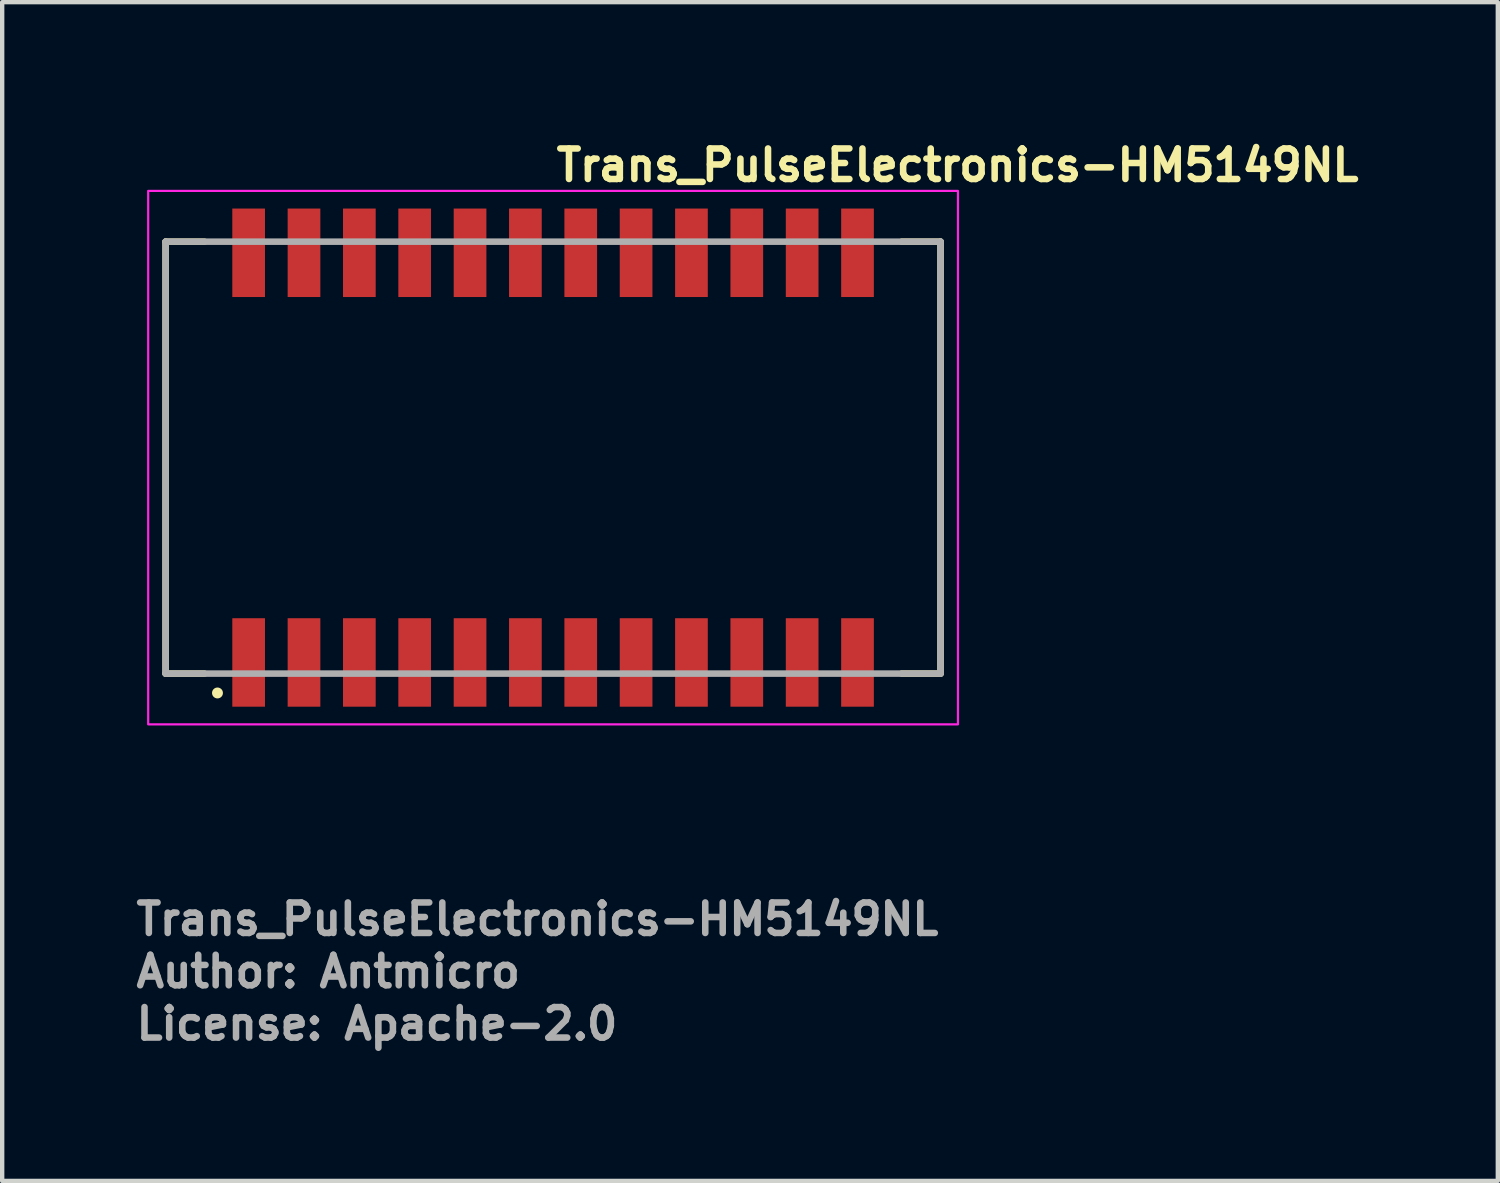
<source format=kicad_pcb>
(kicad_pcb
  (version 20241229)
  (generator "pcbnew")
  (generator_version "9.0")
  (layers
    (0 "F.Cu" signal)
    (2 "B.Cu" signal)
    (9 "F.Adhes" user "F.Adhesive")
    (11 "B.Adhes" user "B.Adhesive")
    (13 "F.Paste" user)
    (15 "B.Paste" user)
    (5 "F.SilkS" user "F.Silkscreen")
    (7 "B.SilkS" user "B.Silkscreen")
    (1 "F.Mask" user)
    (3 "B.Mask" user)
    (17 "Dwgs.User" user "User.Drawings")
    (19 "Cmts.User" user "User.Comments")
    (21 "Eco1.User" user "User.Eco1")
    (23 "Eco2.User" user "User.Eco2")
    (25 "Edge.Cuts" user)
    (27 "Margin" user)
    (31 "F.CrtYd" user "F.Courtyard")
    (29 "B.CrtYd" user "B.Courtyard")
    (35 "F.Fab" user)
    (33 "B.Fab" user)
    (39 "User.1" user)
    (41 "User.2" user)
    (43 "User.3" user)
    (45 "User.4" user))
  (footprint "Trans_PulseElectronics-HM5149NL"
    (layer "F.Cu")
    (at 9.64 7.45)
    (property "Reference" "Trans_PulseElectronics-HM5149NL" (at 0 -6.3 0) (layer "F.SilkS") (effects (font (size 0.7 0.7) (thickness 0.15)) (justify left bottom)))
    (attr smd)
    (fp_line (start -8.89 -4.955) (end -8 -4.955) (stroke (width 0.15) (type solid)) (layer "F.SilkS"))
    (fp_line (start -8.89 4.955) (end -8.89 -4.955) (stroke (width 0.15) (type solid)) (layer "F.SilkS"))
    (fp_line (start -8 4.955) (end -8.89 4.955) (stroke (width 0.15) (type solid)) (layer "F.SilkS"))
    (fp_line (start 8 -4.955) (end 8.89 -4.955) (stroke (width 0.15) (type solid)) (layer "F.SilkS"))
    (fp_line (start 8.89 -4.955) (end 8.89 4.955) (stroke (width 0.15) (type solid)) (layer "F.SilkS"))
    (fp_line (start 8.89 4.955) (end 8 4.955) (stroke (width 0.15) (type solid)) (layer "F.SilkS"))
    (fp_circle (center -7.7 5.4) (end -7.65 5.4) (stroke (width 0.15) (type solid)) (fill yes) (layer "F.SilkS"))
    (fp_rect (start -9.29 -6.12) (end 9.29 6.12) (stroke (width 0.05) (type solid)) (fill no) (layer "F.CrtYd"))
    (fp_line (start -8.89 -4.955) (end 8.89 -4.955) (stroke (width 0.15) (type solid)) (layer "F.Fab"))
    (fp_line (start -8.89 4.955) (end -8.89 -4.955) (stroke (width 0.15) (type solid)) (layer "F.Fab"))
    (fp_line (start 8.89 -4.955) (end 8.89 4.955) (stroke (width 0.15) (type solid)) (layer "F.Fab"))
    (fp_line (start 8.89 4.955) (end -8.89 4.955) (stroke (width 0.15) (type solid)) (layer "F.Fab"))
    (fp_rect (start -8.89 -5.64) (end 8.89 5.64) (stroke (width 0.1) (type solid)) (fill no) (layer "User.5"))
    (fp_line (start -8.89 -4.955) (end 8.89 -4.955) (stroke (width 0.02) (type solid)) (layer "User.9"))
    (fp_line (start -8.89 4.955) (end -8.89 -4.955) (stroke (width 0.02) (type solid)) (layer "User.9"))
    (fp_line (start -7.285 -5.64) (end -6.685 -5.64) (stroke (width 0.02) (type solid)) (layer "User.9"))
    (fp_line (start -7.285 -4.955) (end -7.285 -5.64) (stroke (width 0.02) (type solid)) (layer "User.9"))
    (fp_line (start -7.285 5.64) (end -7.285 4.955) (stroke (width 0.02) (type solid)) (layer "User.9"))
    (fp_line (start -7.285 5.64) (end -6.685 5.64) (stroke (width 0.02) (type solid)) (layer "User.9"))
    (fp_line (start -6.685 -4.955) (end -6.685 -5.64) (stroke (width 0.02) (type solid)) (layer "User.9"))
    (fp_line (start -6.685 5.64) (end -6.685 4.955) (stroke (width 0.02) (type solid)) (layer "User.9"))
    (fp_line (start -6.015 -5.64) (end -5.415 -5.64) (stroke (width 0.02) (type solid)) (layer "User.9"))
    (fp_line (start -6.015 -4.955) (end -6.015 -5.64) (stroke (width 0.02) (type solid)) (layer "User.9"))
    (fp_line (start -6.015 5.64) (end -6.015 4.955) (stroke (width 0.02) (type solid)) (layer "User.9"))
    (fp_line (start -6.015 5.64) (end -5.415 5.64) (stroke (width 0.02) (type solid)) (layer "User.9"))
    (fp_line (start -5.415 -4.955) (end -5.415 -5.64) (stroke (width 0.02) (type solid)) (layer "User.9"))
    (fp_line (start -5.415 5.64) (end -5.415 4.955) (stroke (width 0.02) (type solid)) (layer "User.9"))
    (fp_line (start -4.745 -5.64) (end -4.145 -5.64) (stroke (width 0.02) (type solid)) (layer "User.9"))
    (fp_line (start -4.745 -4.955) (end -4.745 -5.64) (stroke (width 0.02) (type solid)) (layer "User.9"))
    (fp_line (start -4.745 5.64) (end -4.745 4.955) (stroke (width 0.02) (type solid)) (layer "User.9"))
    (fp_line (start -4.745 5.64) (end -4.145 5.64) (stroke (width 0.02) (type solid)) (layer "User.9"))
    (fp_line (start -4.145 -4.955) (end -4.145 -5.64) (stroke (width 0.02) (type solid)) (layer "User.9"))
    (fp_line (start -4.145 5.64) (end -4.145 4.955) (stroke (width 0.02) (type solid)) (layer "User.9"))
    (fp_line (start -3.475 -5.64) (end -2.875 -5.64) (stroke (width 0.02) (type solid)) (layer "User.9"))
    (fp_line (start -3.475 -4.955) (end -3.475 -5.64) (stroke (width 0.02) (type solid)) (layer "User.9"))
    (fp_line (start -3.475 5.64) (end -3.475 4.955) (stroke (width 0.02) (type solid)) (layer "User.9"))
    (fp_line (start -3.475 5.64) (end -2.875 5.64) (stroke (width 0.02) (type solid)) (layer "User.9"))
    (fp_line (start -2.875 -4.955) (end -2.875 -5.64) (stroke (width 0.02) (type solid)) (layer "User.9"))
    (fp_line (start -2.875 5.64) (end -2.875 4.955) (stroke (width 0.02) (type solid)) (layer "User.9"))
    (fp_line (start -2.205 -5.64) (end -1.605 -5.64) (stroke (width 0.02) (type solid)) (layer "User.9"))
    (fp_line (start -2.205 -4.955) (end -2.205 -5.64) (stroke (width 0.02) (type solid)) (layer "User.9"))
    (fp_line (start -2.205 5.64) (end -2.205 4.955) (stroke (width 0.02) (type solid)) (layer "User.9"))
    (fp_line (start -2.205 5.64) (end -1.605 5.64) (stroke (width 0.02) (type solid)) (layer "User.9"))
    (fp_line (start -1.605 -4.955) (end -1.605 -5.64) (stroke (width 0.02) (type solid)) (layer "User.9"))
    (fp_line (start -1.605 5.64) (end -1.605 4.955) (stroke (width 0.02) (type solid)) (layer "User.9"))
    (fp_line (start -0.935 -5.64) (end -0.335 -5.64) (stroke (width 0.02) (type solid)) (layer "User.9"))
    (fp_line (start -0.935 -4.955) (end -0.935 -5.64) (stroke (width 0.02) (type solid)) (layer "User.9"))
    (fp_line (start -0.935 5.64) (end -0.935 4.955) (stroke (width 0.02) (type solid)) (layer "User.9"))
    (fp_line (start -0.935 5.64) (end -0.335 5.64) (stroke (width 0.02) (type solid)) (layer "User.9"))
    (fp_line (start -0.335 -4.955) (end -0.335 -5.64) (stroke (width 0.02) (type solid)) (layer "User.9"))
    (fp_line (start -0.335 5.64) (end -0.335 4.955) (stroke (width 0.02) (type solid)) (layer "User.9"))
    (fp_line (start 0.335 -5.64) (end 0.935 -5.64) (stroke (width 0.02) (type solid)) (layer "User.9"))
    (fp_line (start 0.335 -4.955) (end 0.335 -5.64) (stroke (width 0.02) (type solid)) (layer "User.9"))
    (fp_line (start 0.335 5.64) (end 0.335 4.955) (stroke (width 0.02) (type solid)) (layer "User.9"))
    (fp_line (start 0.335 5.64) (end 0.935 5.64) (stroke (width 0.02) (type solid)) (layer "User.9"))
    (fp_line (start 0.935 -4.955) (end 0.935 -5.64) (stroke (width 0.02) (type solid)) (layer "User.9"))
    (fp_line (start 0.935 5.64) (end 0.935 4.955) (stroke (width 0.02) (type solid)) (layer "User.9"))
    (fp_line (start 1.605 -5.64) (end 2.205 -5.64) (stroke (width 0.02) (type solid)) (layer "User.9"))
    (fp_line (start 1.605 -4.955) (end 1.605 -5.64) (stroke (width 0.02) (type solid)) (layer "User.9"))
    (fp_line (start 1.605 5.64) (end 1.605 4.955) (stroke (width 0.02) (type solid)) (layer "User.9"))
    (fp_line (start 1.605 5.64) (end 2.205 5.64) (stroke (width 0.02) (type solid)) (layer "User.9"))
    (fp_line (start 2.205 -4.955) (end 2.205 -5.64) (stroke (width 0.02) (type solid)) (layer "User.9"))
    (fp_line (start 2.205 5.64) (end 2.205 4.955) (stroke (width 0.02) (type solid)) (layer "User.9"))
    (fp_line (start 2.875 -5.64) (end 3.475 -5.64) (stroke (width 0.02) (type solid)) (layer "User.9"))
    (fp_line (start 2.875 -4.955) (end 2.875 -5.64) (stroke (width 0.02) (type solid)) (layer "User.9"))
    (fp_line (start 2.875 5.64) (end 2.875 4.955) (stroke (width 0.02) (type solid)) (layer "User.9"))
    (fp_line (start 2.875 5.64) (end 3.475 5.64) (stroke (width 0.02) (type solid)) (layer "User.9"))
    (fp_line (start 3.475 -4.955) (end 3.475 -5.64) (stroke (width 0.02) (type solid)) (layer "User.9"))
    (fp_line (start 3.475 5.64) (end 3.475 4.955) (stroke (width 0.02) (type solid)) (layer "User.9"))
    (fp_line (start 4.145 -5.64) (end 4.745 -5.64) (stroke (width 0.02) (type solid)) (layer "User.9"))
    (fp_line (start 4.145 -4.955) (end 4.145 -5.64) (stroke (width 0.02) (type solid)) (layer "User.9"))
    (fp_line (start 4.145 5.64) (end 4.145 4.955) (stroke (width 0.02) (type solid)) (layer "User.9"))
    (fp_line (start 4.145 5.64) (end 4.745 5.64) (stroke (width 0.02) (type solid)) (layer "User.9"))
    (fp_line (start 4.745 -4.955) (end 4.745 -5.64) (stroke (width 0.02) (type solid)) (layer "User.9"))
    (fp_line (start 4.745 5.64) (end 4.745 4.955) (stroke (width 0.02) (type solid)) (layer "User.9"))
    (fp_line (start 5.415 -5.64) (end 6.015 -5.64) (stroke (width 0.02) (type solid)) (layer "User.9"))
    (fp_line (start 5.415 -4.955) (end 5.415 -5.64) (stroke (width 0.02) (type solid)) (layer "User.9"))
    (fp_line (start 5.415 5.64) (end 5.415 4.955) (stroke (width 0.02) (type solid)) (layer "User.9"))
    (fp_line (start 5.415 5.64) (end 6.015 5.64) (stroke (width 0.02) (type solid)) (layer "User.9"))
    (fp_line (start 6.015 -4.955) (end 6.015 -5.64) (stroke (width 0.02) (type solid)) (layer "User.9"))
    (fp_line (start 6.015 5.64) (end 6.015 4.955) (stroke (width 0.02) (type solid)) (layer "User.9"))
    (fp_line (start 6.685 -5.64) (end 7.285 -5.64) (stroke (width 0.02) (type solid)) (layer "User.9"))
    (fp_line (start 6.685 -4.955) (end 6.685 -5.64) (stroke (width 0.02) (type solid)) (layer "User.9"))
    (fp_line (start 6.685 5.64) (end 6.685 4.955) (stroke (width 0.02) (type solid)) (layer "User.9"))
    (fp_line (start 6.685 5.64) (end 7.285 5.64) (stroke (width 0.02) (type solid)) (layer "User.9"))
    (fp_line (start 7.285 -4.955) (end 7.285 -5.64) (stroke (width 0.02) (type solid)) (layer "User.9"))
    (fp_line (start 7.285 5.64) (end 7.285 4.955) (stroke (width 0.02) (type solid)) (layer "User.9"))
    (fp_line (start 8.89 -4.955) (end 8.89 4.955) (stroke (width 0.02) (type solid)) (layer "User.9"))
    (fp_line (start 8.89 4.955) (end -8.89 4.955) (stroke (width 0.02) (type solid)) (layer "User.9"))
    (fp_text user "${REFERENCE}" (at -9.64 11 0) (layer "F.Fab") (effects (font (size 0.7 0.7) (thickness 0.15)) (justify left bottom)))
    (fp_text user "License: Apache-2.0" (at -9.64 13.4 0) (layer "F.Fab") (effects (font (size 0.7 0.7) (thickness 0.15)) (justify left bottom)))
    (fp_text user "Author: Antmicro" (at -9.64 12.2 0) (layer "F.Fab") (effects (font (size 0.7 0.7) (thickness 0.15)) (justify left bottom)))
    (pad "1" smd rect (at -6.985 4.7) (size 0.75 2.03) (layers "F.Cu" "F.Mask" "F.Paste"))
    (pad "2" smd rect (at -5.715 4.7) (size 0.75 2.03) (layers "F.Cu" "F.Mask" "F.Paste"))
    (pad "3" smd rect (at -4.445 4.7) (size 0.75 2.03) (layers "F.Cu" "F.Mask" "F.Paste"))
    (pad "4" smd rect (at -3.175 4.7) (size 0.75 2.03) (layers "F.Cu" "F.Mask" "F.Paste"))
    (pad "5" smd rect (at -1.905 4.7) (size 0.75 2.03) (layers "F.Cu" "F.Mask" "F.Paste"))
    (pad "6" smd rect (at -0.635 4.7) (size 0.75 2.03) (layers "F.Cu" "F.Mask" "F.Paste"))
    (pad "7" smd rect (at 0.635 4.7) (size 0.75 2.03) (layers "F.Cu" "F.Mask" "F.Paste"))
    (pad "8" smd rect (at 1.905 4.7) (size 0.75 2.03) (layers "F.Cu" "F.Mask" "F.Paste"))
    (pad "9" smd rect (at 3.175 4.7) (size 0.75 2.03) (layers "F.Cu" "F.Mask" "F.Paste"))
    (pad "10" smd rect (at 4.445 4.7) (size 0.75 2.03) (layers "F.Cu" "F.Mask" "F.Paste"))
    (pad "11" smd rect (at 5.715 4.7) (size 0.75 2.03) (layers "F.Cu" "F.Mask" "F.Paste"))
    (pad "12" smd rect (at 6.985 4.7) (size 0.75 2.03) (layers "F.Cu" "F.Mask" "F.Paste"))
    (pad "13" smd rect (at 6.985 -4.7) (size 0.75 2.03) (layers "F.Cu" "F.Mask" "F.Paste"))
    (pad "14" smd rect (at 5.715 -4.7) (size 0.75 2.03) (layers "F.Cu" "F.Mask" "F.Paste"))
    (pad "15" smd rect (at 4.445 -4.7) (size 0.75 2.03) (layers "F.Cu" "F.Mask" "F.Paste"))
    (pad "16" smd rect (at 3.175 -4.7) (size 0.75 2.03) (layers "F.Cu" "F.Mask" "F.Paste"))
    (pad "17" smd rect (at 1.905 -4.7) (size 0.75 2.03) (layers "F.Cu" "F.Mask" "F.Paste"))
    (pad "18" smd rect (at 0.635 -4.7) (size 0.75 2.03) (layers "F.Cu" "F.Mask" "F.Paste"))
    (pad "19" smd rect (at -0.635 -4.7) (size 0.75 2.03) (layers "F.Cu" "F.Mask" "F.Paste"))
    (pad "20" smd rect (at -1.905 -4.7) (size 0.75 2.03) (layers "F.Cu" "F.Mask" "F.Paste"))
    (pad "21" smd rect (at -3.175 -4.7) (size 0.75 2.03) (layers "F.Cu" "F.Mask" "F.Paste"))
    (pad "22" smd rect (at -4.445 -4.7) (size 0.75 2.03) (layers "F.Cu" "F.Mask" "F.Paste"))
    (pad "23" smd rect (at -5.715 -4.7) (size 0.75 2.03) (layers "F.Cu" "F.Mask" "F.Paste"))
    (pad "24" smd rect (at -6.985 -4.7) (size 0.75 2.03) (layers "F.Cu" "F.Mask" "F.Paste")))
  (gr_rect
    (start -3 -3)
    (end 31.317 24.046)
    (stroke (width 0.1) (type default))
    (fill no)
    (layer "Edge.Cuts")))
</source>
